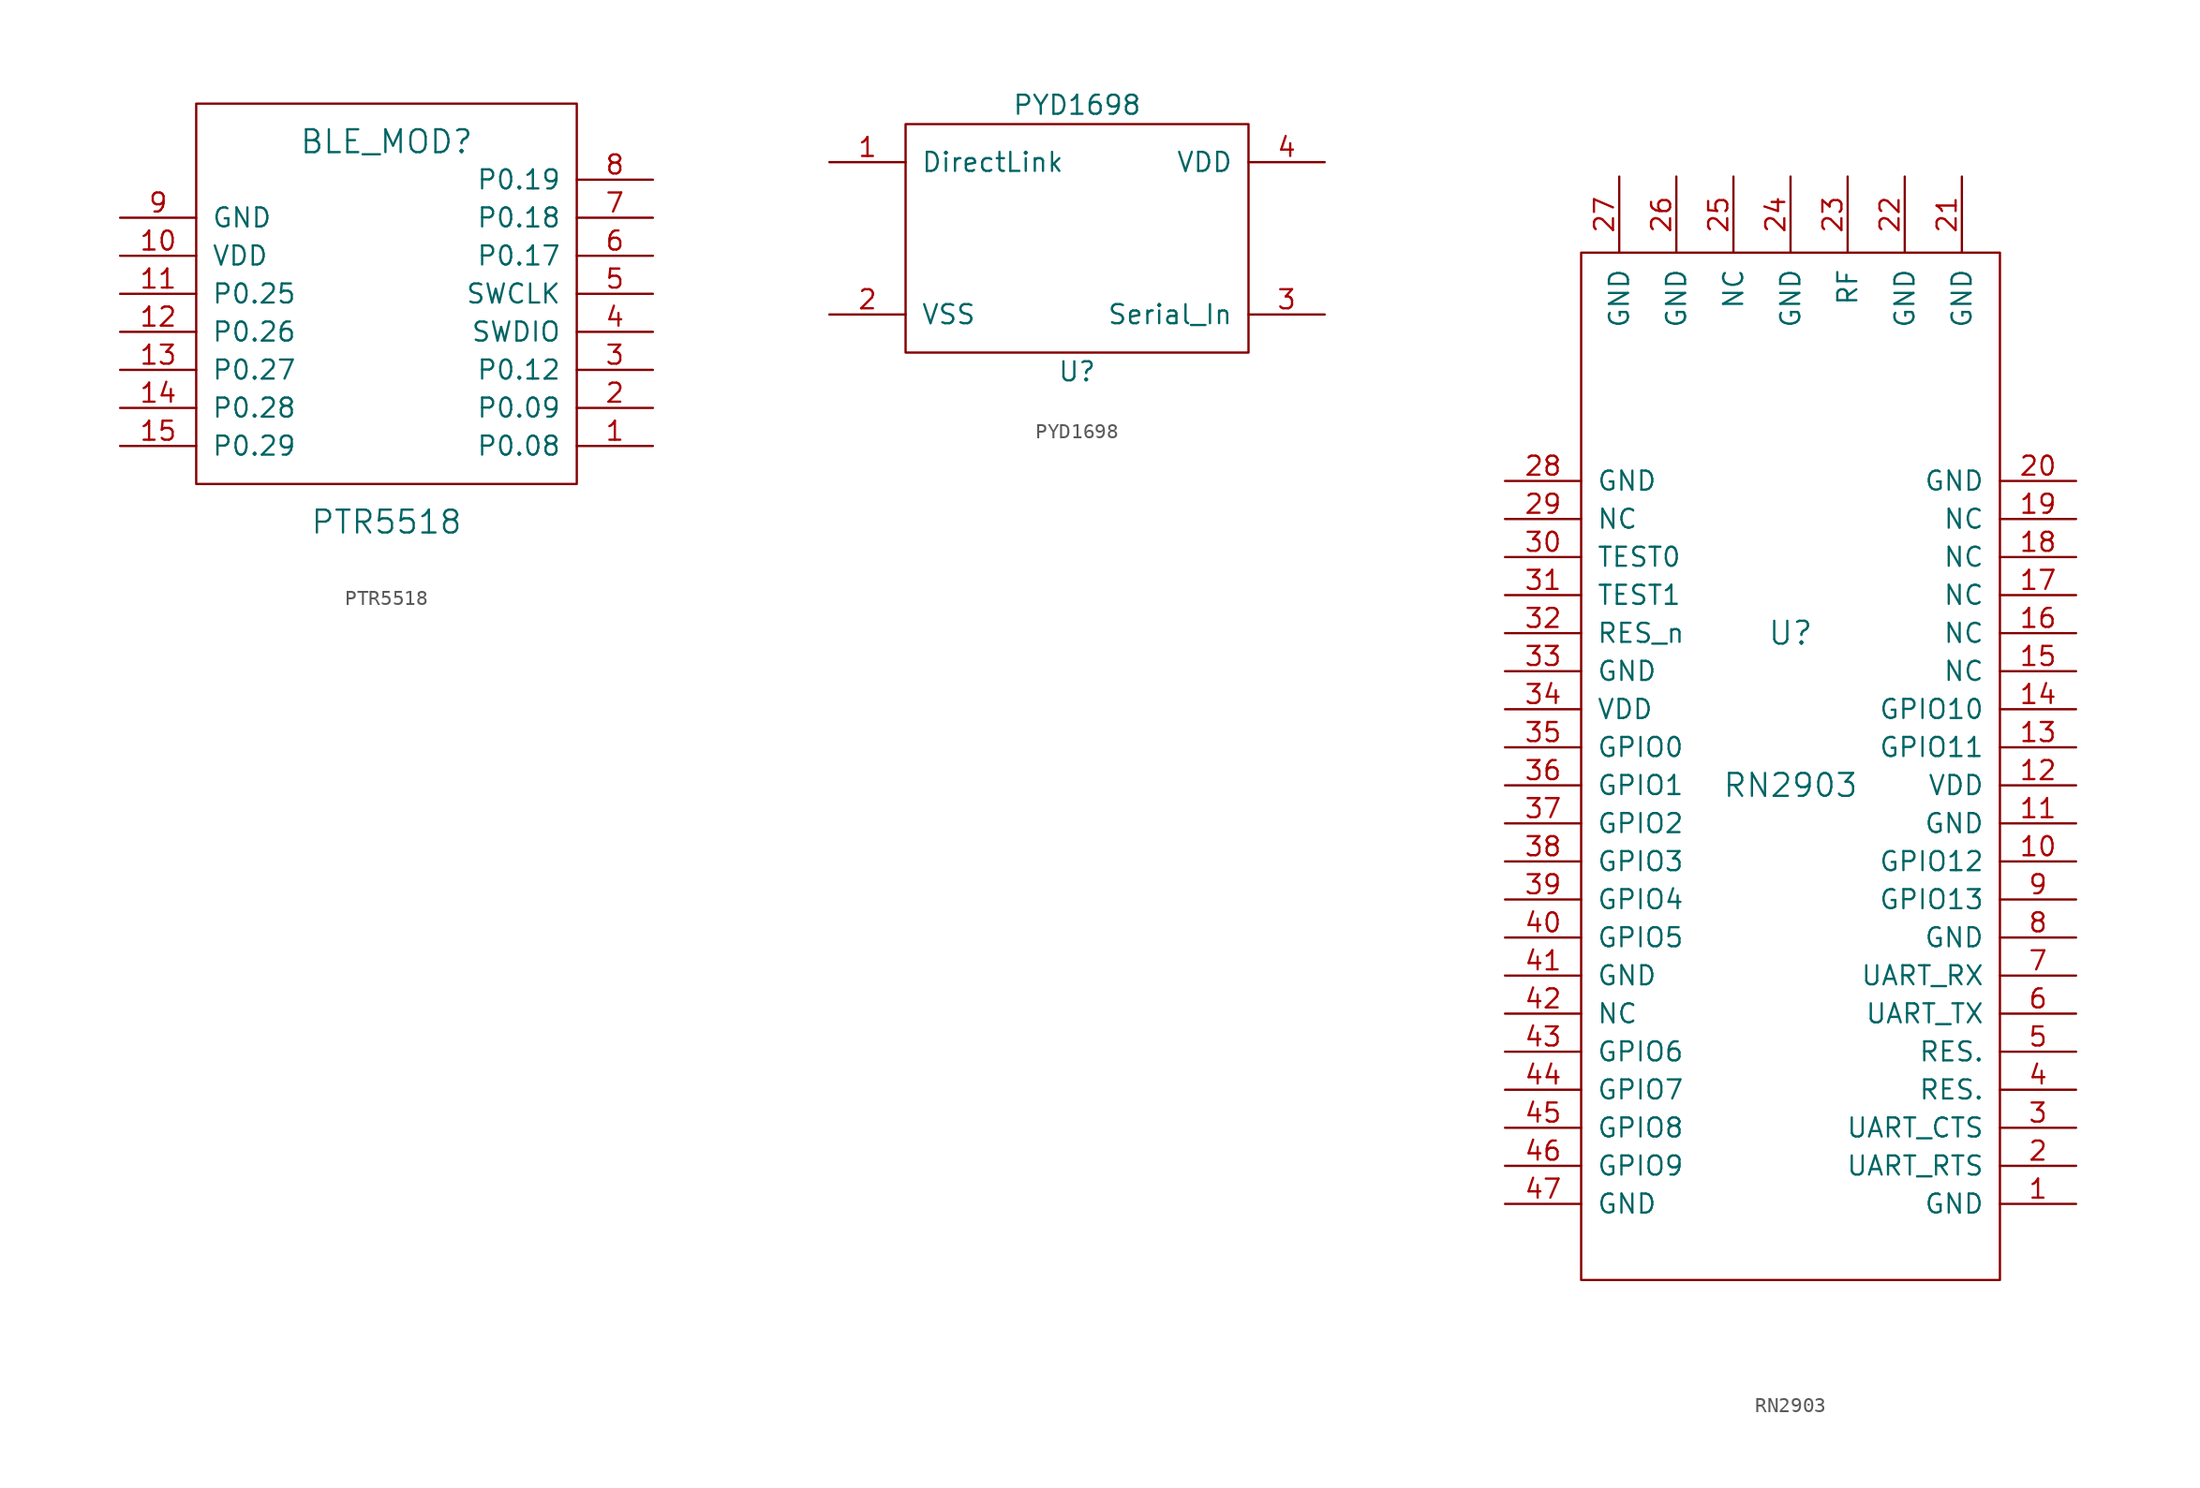
<source format=kicad_sym>
(kicad_symbol_lib
  (version 20211014)
  (generator kicad_symbol_editor)
  (symbol "PTR5518"
    (pin_names
      (offset 1.016))
    (property "Reference" "BLE_MOD"
      (at 0 10.16 0)
      (effects (font (size 1.524 1.524))))
    (property "Value" "PTR5518"
      (at 0 -15.24 0)
      (effects (font (size 1.524 1.524))))
    (property "Footprint" ""
      (at 10.16 5.08 0)
      (effects (font (size 1.524 1.524))))
    (property "Datasheet" ""
      (at 10.16 5.08 0)
      (effects (font (size 1.524 1.524))))
    (symbol "PTR5518_0_1"
      (rectangle (start 12.7 -12.7) (end -12.7 12.7) (stroke (width 0) (type default) (color 0 0 0 0)) (fill (type none))))
    (symbol "PTR5518_1_1"
      (pin bidirectional line (at 17.78 -10.16 180) (length 5.08) (name "P0.08" (effects (font (size 1.27 1.27)))) (number "1" (effects (font (size 1.27 1.27)))))
      (pin bidirectional line (at -17.78 2.54 0) (length 5.08) (name "VDD" (effects (font (size 1.27 1.27)))) (number "10" (effects (font (size 1.27 1.27)))))
      (pin bidirectional line (at -17.78 0 0) (length 5.08) (name "P0.25" (effects (font (size 1.27 1.27)))) (number "11" (effects (font (size 1.27 1.27)))))
      (pin bidirectional line (at -17.78 -2.54 0) (length 5.08) (name "P0.26" (effects (font (size 1.27 1.27)))) (number "12" (effects (font (size 1.27 1.27)))))
      (pin bidirectional line (at -17.78 -5.08 0) (length 5.08) (name "P0.27" (effects (font (size 1.27 1.27)))) (number "13" (effects (font (size 1.27 1.27)))))
      (pin bidirectional line (at -17.78 -7.62 0) (length 5.08) (name "P0.28" (effects (font (size 1.27 1.27)))) (number "14" (effects (font (size 1.27 1.27)))))
      (pin bidirectional line (at -17.78 -10.16 0) (length 5.08) (name "P0.29" (effects (font (size 1.27 1.27)))) (number "15" (effects (font (size 1.27 1.27)))))
      (pin bidirectional line (at 17.78 -7.62 180) (length 5.08) (name "P0.09" (effects (font (size 1.27 1.27)))) (number "2" (effects (font (size 1.27 1.27)))))
      (pin bidirectional line (at 17.78 -5.08 180) (length 5.08) (name "P0.12" (effects (font (size 1.27 1.27)))) (number "3" (effects (font (size 1.27 1.27)))))
      (pin bidirectional line (at 17.78 -2.54 180) (length 5.08) (name "SWDIO" (effects (font (size 1.27 1.27)))) (number "4" (effects (font (size 1.27 1.27)))))
      (pin bidirectional line (at 17.78 0 180) (length 5.08) (name "SWCLK" (effects (font (size 1.27 1.27)))) (number "5" (effects (font (size 1.27 1.27)))))
      (pin bidirectional line (at 17.78 2.54 180) (length 5.08) (name "P0.17" (effects (font (size 1.27 1.27)))) (number "6" (effects (font (size 1.27 1.27)))))
      (pin bidirectional line (at 17.78 5.08 180) (length 5.08) (name "P0.18" (effects (font (size 1.27 1.27)))) (number "7" (effects (font (size 1.27 1.27)))))
      (pin bidirectional line (at 17.78 7.62 180) (length 5.08) (name "P0.19" (effects (font (size 1.27 1.27)))) (number "8" (effects (font (size 1.27 1.27)))))
      (pin bidirectional line (at -17.78 5.08 0) (length 5.08) (name "GND" (effects (font (size 1.27 1.27)))) (number "9" (effects (font (size 1.27 1.27)))))))
  (symbol "PYD1698"
    (pin_names
      (offset 1.016))
    (property "Reference" "U"
      (at 0 -8.89 0)
      (effects (font (size 1.27 1.27))))
    (property "Value" "PYD1698"
      (at 0 8.89 0)
      (effects (font (size 1.27 1.27))))
    (symbol "PYD1698_0_1"
      (rectangle (start -11.43 7.62) (end 11.43 -7.62) (stroke (width 0) (type default) (color 0 0 0 0)) (fill (type none))))
    (symbol "PYD1698_1_1"
      (pin input line (at -16.51 5.08 0) (length 5.08) (name "DirectLink" (effects (font (size 1.27 1.27)))) (number "1" (effects (font (size 1.27 1.27)))))
      (pin input line (at -16.51 -5.08 0) (length 5.08) (name "VSS" (effects (font (size 1.27 1.27)))) (number "2" (effects (font (size 1.27 1.27)))))
      (pin input line (at 16.51 -5.08 180) (length 5.08) (name "Serial_In" (effects (font (size 1.27 1.27)))) (number "3" (effects (font (size 1.27 1.27)))))
      (pin input line (at 16.51 5.08 180) (length 5.08) (name "VDD" (effects (font (size 1.27 1.27)))) (number "4" (effects (font (size 1.27 1.27)))))))
  (symbol "RN2903"
    (pin_names
      (offset 1.016))
    (property "Reference" "U"
      (at 0 0 0)
      (effects (font (size 1.524 1.524))))
    (property "Value" "RN2903"
      (at 0 -10.16 0)
      (effects (font (size 1.524 1.524))))
    (property "Footprint" ""
      (at 0 0 0)
      (effects (font (size 1.524 1.524))))
    (property "Datasheet" ""
      (at 0 0 0)
      (effects (font (size 1.524 1.524))))
    (symbol "RN2903_0_1"
      (rectangle (start -13.97 25.4) (end 13.97 -43.18) (stroke (width 0) (type default) (color 0 0 0 0)) (fill (type none))))
    (symbol "RN2903_1_1"
      (pin input line (at 19.05 -38.1 180) (length 5.08) (name "GND" (effects (font (size 1.27 1.27)))) (number "1" (effects (font (size 1.27 1.27)))))
      (pin input line (at 19.05 -15.24 180) (length 5.08) (name "GPIO12" (effects (font (size 1.27 1.27)))) (number "10" (effects (font (size 1.27 1.27)))))
      (pin input line (at 19.05 -12.7 180) (length 5.08) (name "GND" (effects (font (size 1.27 1.27)))) (number "11" (effects (font (size 1.27 1.27)))))
      (pin input line (at 19.05 -10.16 180) (length 5.08) (name "VDD" (effects (font (size 1.27 1.27)))) (number "12" (effects (font (size 1.27 1.27)))))
      (pin input line (at 19.05 -7.62 180) (length 5.08) (name "GPIO11" (effects (font (size 1.27 1.27)))) (number "13" (effects (font (size 1.27 1.27)))))
      (pin input line (at 19.05 -5.08 180) (length 5.08) (name "GPIO10" (effects (font (size 1.27 1.27)))) (number "14" (effects (font (size 1.27 1.27)))))
      (pin input line (at 19.05 -2.54 180) (length 5.08) (name "NC" (effects (font (size 1.27 1.27)))) (number "15" (effects (font (size 1.27 1.27)))))
      (pin input line (at 19.05 0 180) (length 5.08) (name "NC" (effects (font (size 1.27 1.27)))) (number "16" (effects (font (size 1.27 1.27)))))
      (pin input line (at 19.05 2.54 180) (length 5.08) (name "NC" (effects (font (size 1.27 1.27)))) (number "17" (effects (font (size 1.27 1.27)))))
      (pin input line (at 19.05 5.08 180) (length 5.08) (name "NC" (effects (font (size 1.27 1.27)))) (number "18" (effects (font (size 1.27 1.27)))))
      (pin input line (at 19.05 7.62 180) (length 5.08) (name "NC" (effects (font (size 1.27 1.27)))) (number "19" (effects (font (size 1.27 1.27)))))
      (pin input line (at 19.05 -35.56 180) (length 5.08) (name "UART_RTS" (effects (font (size 1.27 1.27)))) (number "2" (effects (font (size 1.27 1.27)))))
      (pin input line (at 19.05 10.16 180) (length 5.08) (name "GND" (effects (font (size 1.27 1.27)))) (number "20" (effects (font (size 1.27 1.27)))))
      (pin input line (at 11.43 30.48 270) (length 5.08) (name "GND" (effects (font (size 1.27 1.27)))) (number "21" (effects (font (size 1.27 1.27)))))
      (pin input line (at 7.62 30.48 270) (length 5.08) (name "GND" (effects (font (size 1.27 1.27)))) (number "22" (effects (font (size 1.27 1.27)))))
      (pin input line (at 3.81 30.48 270) (length 5.08) (name "RF" (effects (font (size 1.27 1.27)))) (number "23" (effects (font (size 1.27 1.27)))))
      (pin input line (at 0 30.48 270) (length 5.08) (name "GND" (effects (font (size 1.27 1.27)))) (number "24" (effects (font (size 1.27 1.27)))))
      (pin input line (at -3.81 30.48 270) (length 5.08) (name "NC" (effects (font (size 1.27 1.27)))) (number "25" (effects (font (size 1.27 1.27)))))
      (pin input line (at -7.62 30.48 270) (length 5.08) (name "GND" (effects (font (size 1.27 1.27)))) (number "26" (effects (font (size 1.27 1.27)))))
      (pin input line (at -11.43 30.48 270) (length 5.08) (name "GND" (effects (font (size 1.27 1.27)))) (number "27" (effects (font (size 1.27 1.27)))))
      (pin input line (at -19.05 10.16 0) (length 5.08) (name "GND" (effects (font (size 1.27 1.27)))) (number "28" (effects (font (size 1.27 1.27)))))
      (pin input line (at -19.05 7.62 0) (length 5.08) (name "NC" (effects (font (size 1.27 1.27)))) (number "29" (effects (font (size 1.27 1.27)))))
      (pin input line (at 19.05 -33.02 180) (length 5.08) (name "UART_CTS" (effects (font (size 1.27 1.27)))) (number "3" (effects (font (size 1.27 1.27)))))
      (pin input line (at -19.05 5.08 0) (length 5.08) (name "TEST0" (effects (font (size 1.27 1.27)))) (number "30" (effects (font (size 1.27 1.27)))))
      (pin input line (at -19.05 2.54 0) (length 5.08) (name "TEST1" (effects (font (size 1.27 1.27)))) (number "31" (effects (font (size 1.27 1.27)))))
      (pin input line (at -19.05 0 0) (length 5.08) (name "RES_n" (effects (font (size 1.27 1.27)))) (number "32" (effects (font (size 1.27 1.27)))))
      (pin input line (at -19.05 -2.54 0) (length 5.08) (name "GND" (effects (font (size 1.27 1.27)))) (number "33" (effects (font (size 1.27 1.27)))))
      (pin input line (at -19.05 -5.08 0) (length 5.08) (name "VDD" (effects (font (size 1.27 1.27)))) (number "34" (effects (font (size 1.27 1.27)))))
      (pin input line (at -19.05 -7.62 0) (length 5.08) (name "GPIO0" (effects (font (size 1.27 1.27)))) (number "35" (effects (font (size 1.27 1.27)))))
      (pin input line (at -19.05 -10.16 0) (length 5.08) (name "GPIO1" (effects (font (size 1.27 1.27)))) (number "36" (effects (font (size 1.27 1.27)))))
      (pin input line (at -19.05 -12.7 0) (length 5.08) (name "GPIO2" (effects (font (size 1.27 1.27)))) (number "37" (effects (font (size 1.27 1.27)))))
      (pin input line (at -19.05 -15.24 0) (length 5.08) (name "GPIO3" (effects (font (size 1.27 1.27)))) (number "38" (effects (font (size 1.27 1.27)))))
      (pin input line (at -19.05 -17.78 0) (length 5.08) (name "GPIO4" (effects (font (size 1.27 1.27)))) (number "39" (effects (font (size 1.27 1.27)))))
      (pin input line (at 19.05 -30.48 180) (length 5.08) (name "RES." (effects (font (size 1.27 1.27)))) (number "4" (effects (font (size 1.27 1.27)))))
      (pin input line (at -19.05 -20.32 0) (length 5.08) (name "GPIO5" (effects (font (size 1.27 1.27)))) (number "40" (effects (font (size 1.27 1.27)))))
      (pin input line (at -19.05 -22.86 0) (length 5.08) (name "GND" (effects (font (size 1.27 1.27)))) (number "41" (effects (font (size 1.27 1.27)))))
      (pin input line (at -19.05 -25.4 0) (length 5.08) (name "NC" (effects (font (size 1.27 1.27)))) (number "42" (effects (font (size 1.27 1.27)))))
      (pin input line (at -19.05 -27.94 0) (length 5.08) (name "GPIO6" (effects (font (size 1.27 1.27)))) (number "43" (effects (font (size 1.27 1.27)))))
      (pin input line (at -19.05 -30.48 0) (length 5.08) (name "GPIO7" (effects (font (size 1.27 1.27)))) (number "44" (effects (font (size 1.27 1.27)))))
      (pin input line (at -19.05 -33.02 0) (length 5.08) (name "GPIO8" (effects (font (size 1.27 1.27)))) (number "45" (effects (font (size 1.27 1.27)))))
      (pin input line (at -19.05 -35.56 0) (length 5.08) (name "GPIO9" (effects (font (size 1.27 1.27)))) (number "46" (effects (font (size 1.27 1.27)))))
      (pin input line (at -19.05 -38.1 0) (length 5.08) (name "GND" (effects (font (size 1.27 1.27)))) (number "47" (effects (font (size 1.27 1.27)))))
      (pin input line (at 19.05 -27.94 180) (length 5.08) (name "RES." (effects (font (size 1.27 1.27)))) (number "5" (effects (font (size 1.27 1.27)))))
      (pin input line (at 19.05 -25.4 180) (length 5.08) (name "UART_TX" (effects (font (size 1.27 1.27)))) (number "6" (effects (font (size 1.27 1.27)))))
      (pin input line (at 19.05 -22.86 180) (length 5.08) (name "UART_RX" (effects (font (size 1.27 1.27)))) (number "7" (effects (font (size 1.27 1.27)))))
      (pin input line (at 19.05 -20.32 180) (length 5.08) (name "GND" (effects (font (size 1.27 1.27)))) (number "8" (effects (font (size 1.27 1.27)))))
      (pin input line (at 19.05 -17.78 180) (length 5.08) (name "GPIO13" (effects (font (size 1.27 1.27)))) (number "9" (effects (font (size 1.27 1.27))))))))
</source>
